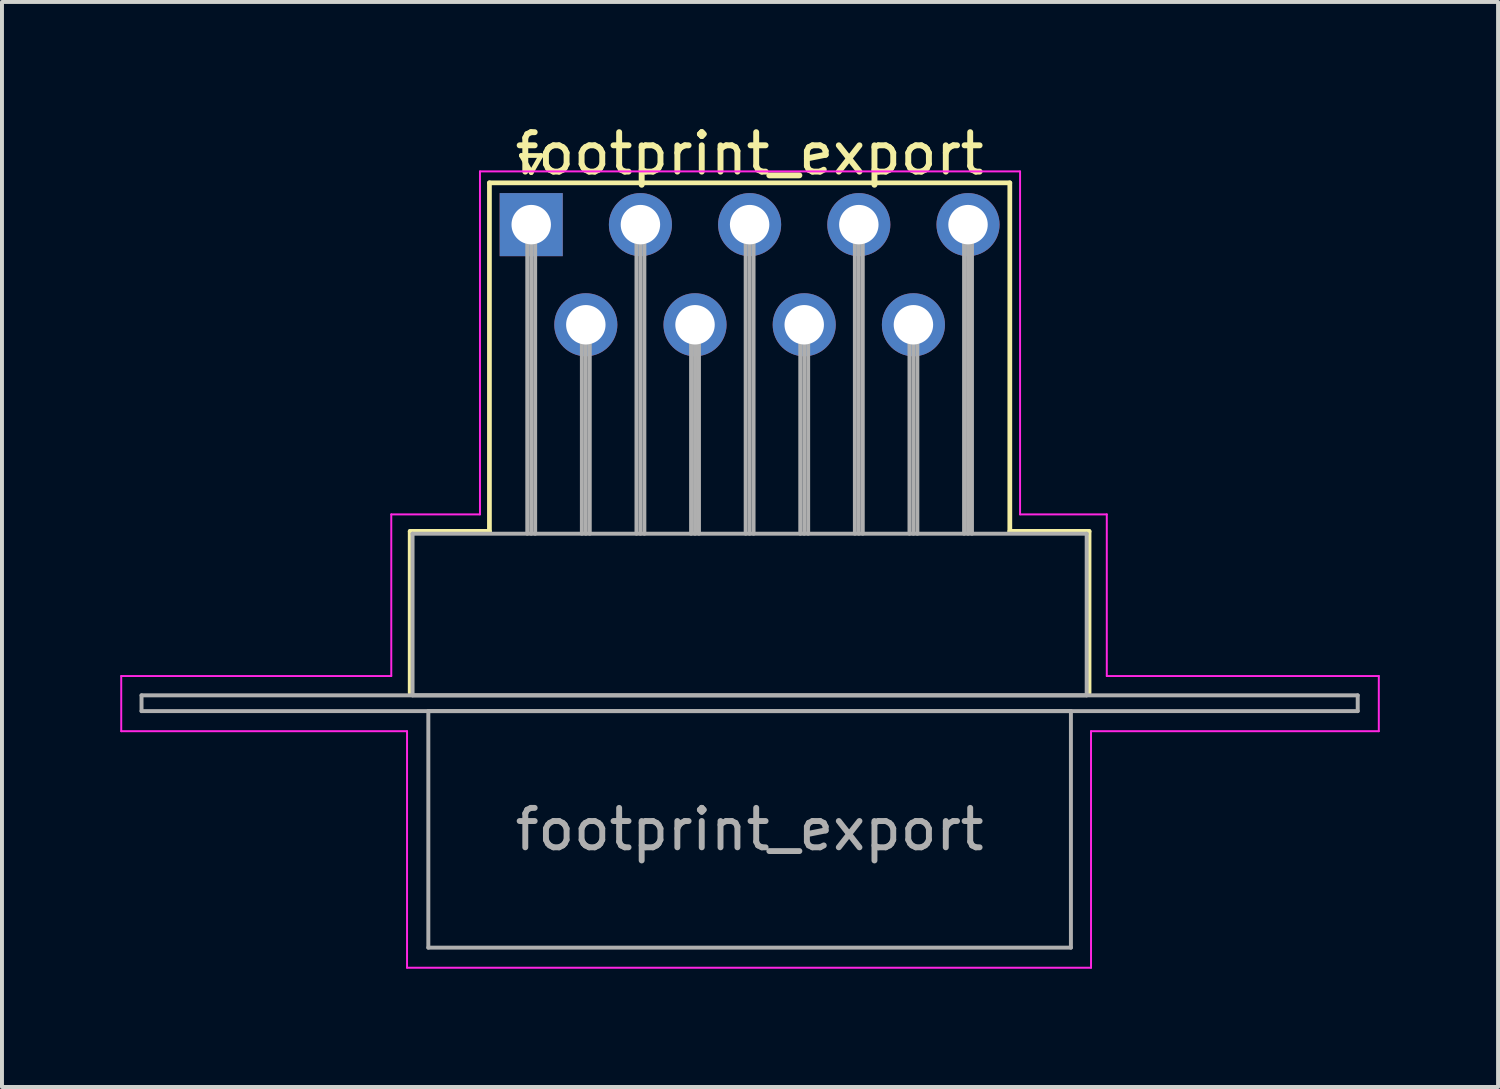
<source format=kicad_pcb>
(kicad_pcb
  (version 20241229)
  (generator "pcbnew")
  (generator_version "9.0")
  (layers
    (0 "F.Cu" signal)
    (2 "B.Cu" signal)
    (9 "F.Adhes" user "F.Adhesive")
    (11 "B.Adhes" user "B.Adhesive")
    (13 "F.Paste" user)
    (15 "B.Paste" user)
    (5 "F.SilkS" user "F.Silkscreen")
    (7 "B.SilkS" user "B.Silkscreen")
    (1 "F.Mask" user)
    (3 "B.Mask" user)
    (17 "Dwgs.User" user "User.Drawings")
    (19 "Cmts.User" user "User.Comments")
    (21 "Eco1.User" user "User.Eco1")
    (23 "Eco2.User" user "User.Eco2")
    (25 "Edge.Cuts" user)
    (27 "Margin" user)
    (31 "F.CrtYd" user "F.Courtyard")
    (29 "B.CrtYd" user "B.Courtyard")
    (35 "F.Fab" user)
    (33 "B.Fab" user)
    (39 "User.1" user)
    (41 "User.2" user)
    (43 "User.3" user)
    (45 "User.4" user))
  (footprint "footprint_export"
    (layer "F.Cu")
    (at 10.425 2.648)
    (property "Reference" "footprint_export" (at 5.54 -1.8 0) (layer "F.SilkS") (effects (font (size 1 1) (thickness 0.15))))
    (attr through_hole)
    (fp_line (start -3.07 7.78) (end -1.06 7.78) (stroke (width 0.12) (type solid)) (layer "F.SilkS"))
    (fp_line (start -3.07 11.88) (end -3.07 7.78) (stroke (width 0.12) (type solid)) (layer "F.SilkS"))
    (fp_line (start -1.06 -1.06) (end 12.14 -1.06) (stroke (width 0.12) (type solid)) (layer "F.SilkS"))
    (fp_line (start -1.06 7.78) (end -1.06 -1.06) (stroke (width 0.12) (type solid)) (layer "F.SilkS"))
    (fp_line (start -0.25 -1.754) (end 0.25 -1.754) (stroke (width 0.12) (type solid)) (layer "F.SilkS"))
    (fp_line (start 0 -1.321) (end -0.25 -1.754) (stroke (width 0.12) (type solid)) (layer "F.SilkS"))
    (fp_line (start 0.25 -1.754) (end 0 -1.321) (stroke (width 0.12) (type solid)) (layer "F.SilkS"))
    (fp_line (start 12.14 -1.06) (end 12.14 7.78) (stroke (width 0.12) (type solid)) (layer "F.SilkS"))
    (fp_line (start 12.14 7.78) (end 14.15 7.78) (stroke (width 0.12) (type solid)) (layer "F.SilkS"))
    (fp_line (start 14.15 7.78) (end 14.15 11.88) (stroke (width 0.12) (type solid)) (layer "F.SilkS"))
    (fp_line (start -10.4 11.45) (end -3.55 11.45) (stroke (width 0.05) (type solid)) (layer "F.CrtYd"))
    (fp_line (start -10.4 12.85) (end -10.4 11.45) (stroke (width 0.05) (type solid)) (layer "F.CrtYd"))
    (fp_line (start -3.55 7.35) (end -1.3 7.35) (stroke (width 0.05) (type solid)) (layer "F.CrtYd"))
    (fp_line (start -3.55 11.45) (end -3.55 7.35) (stroke (width 0.05) (type solid)) (layer "F.CrtYd"))
    (fp_line (start -3.15 12.85) (end -10.4 12.85) (stroke (width 0.05) (type solid)) (layer "F.CrtYd"))
    (fp_line (start -3.15 18.85) (end -3.15 12.85) (stroke (width 0.05) (type solid)) (layer "F.CrtYd"))
    (fp_line (start -1.3 -1.35) (end 12.4 -1.35) (stroke (width 0.05) (type solid)) (layer "F.CrtYd"))
    (fp_line (start -1.3 7.35) (end -1.3 -1.35) (stroke (width 0.05) (type solid)) (layer "F.CrtYd"))
    (fp_line (start 12.4 -1.35) (end 12.4 7.35) (stroke (width 0.05) (type solid)) (layer "F.CrtYd"))
    (fp_line (start 12.4 7.35) (end 14.6 7.35) (stroke (width 0.05) (type solid)) (layer "F.CrtYd"))
    (fp_line (start 14.2 12.85) (end 14.2 18.85) (stroke (width 0.05) (type solid)) (layer "F.CrtYd"))
    (fp_line (start 14.2 18.85) (end -3.15 18.85) (stroke (width 0.05) (type solid)) (layer "F.CrtYd"))
    (fp_line (start 14.6 7.35) (end 14.6 11.45) (stroke (width 0.05) (type solid)) (layer "F.CrtYd"))
    (fp_line (start 14.6 11.45) (end 21.5 11.45) (stroke (width 0.05) (type solid)) (layer "F.CrtYd"))
    (fp_line (start 21.5 11.45) (end 21.5 12.85) (stroke (width 0.05) (type solid)) (layer "F.CrtYd"))
    (fp_line (start 21.5 12.85) (end 14.2 12.85) (stroke (width 0.05) (type solid)) (layer "F.CrtYd"))
    (fp_line (start -9.885 11.94) (end -9.885 12.34) (stroke (width 0.1) (type solid)) (layer "F.Fab"))
    (fp_line (start -9.885 12.34) (end 20.965 12.34) (stroke (width 0.1) (type solid)) (layer "F.Fab"))
    (fp_line (start -3.01 7.84) (end -3.01 11.94) (stroke (width 0.1) (type solid)) (layer "F.Fab"))
    (fp_line (start -3.01 11.94) (end 14.09 11.94) (stroke (width 0.1) (type solid)) (layer "F.Fab"))
    (fp_line (start -2.61 12.34) (end -2.61 18.34) (stroke (width 0.1) (type solid)) (layer "F.Fab"))
    (fp_line (start -2.61 18.34) (end 13.69 18.34) (stroke (width 0.1) (type solid)) (layer "F.Fab"))
    (fp_line (start -0.1 0) (end -0.1 7.84) (stroke (width 0.1) (type solid)) (layer "F.Fab"))
    (fp_line (start 0 0) (end 0 7.84) (stroke (width 0.1) (type solid)) (layer "F.Fab"))
    (fp_line (start 0.1 0) (end 0.1 7.84) (stroke (width 0.1) (type solid)) (layer "F.Fab"))
    (fp_line (start 1.285 2.54) (end 1.285 7.84) (stroke (width 0.1) (type solid)) (layer "F.Fab"))
    (fp_line (start 1.385 2.54) (end 1.385 7.84) (stroke (width 0.1) (type solid)) (layer "F.Fab"))
    (fp_line (start 1.485 2.54) (end 1.485 7.84) (stroke (width 0.1) (type solid)) (layer "F.Fab"))
    (fp_line (start 2.67 0) (end 2.67 7.84) (stroke (width 0.1) (type solid)) (layer "F.Fab"))
    (fp_line (start 2.77 0) (end 2.77 7.84) (stroke (width 0.1) (type solid)) (layer "F.Fab"))
    (fp_line (start 2.87 0) (end 2.87 7.84) (stroke (width 0.1) (type solid)) (layer "F.Fab"))
    (fp_line (start 4.055 2.54) (end 4.055 7.84) (stroke (width 0.1) (type solid)) (layer "F.Fab"))
    (fp_line (start 4.155 2.54) (end 4.155 7.84) (stroke (width 0.1) (type solid)) (layer "F.Fab"))
    (fp_line (start 4.255 2.54) (end 4.255 7.84) (stroke (width 0.1) (type solid)) (layer "F.Fab"))
    (fp_line (start 5.44 0) (end 5.44 7.84) (stroke (width 0.1) (type solid)) (layer "F.Fab"))
    (fp_line (start 5.54 0) (end 5.54 7.84) (stroke (width 0.1) (type solid)) (layer "F.Fab"))
    (fp_line (start 5.64 0) (end 5.64 7.84) (stroke (width 0.1) (type solid)) (layer "F.Fab"))
    (fp_line (start 6.825 2.54) (end 6.825 7.84) (stroke (width 0.1) (type solid)) (layer "F.Fab"))
    (fp_line (start 6.925 2.54) (end 6.925 7.84) (stroke (width 0.1) (type solid)) (layer "F.Fab"))
    (fp_line (start 7.025 2.54) (end 7.025 7.84) (stroke (width 0.1) (type solid)) (layer "F.Fab"))
    (fp_line (start 8.21 0) (end 8.21 7.84) (stroke (width 0.1) (type solid)) (layer "F.Fab"))
    (fp_line (start 8.31 0) (end 8.31 7.84) (stroke (width 0.1) (type solid)) (layer "F.Fab"))
    (fp_line (start 8.41 0) (end 8.41 7.84) (stroke (width 0.1) (type solid)) (layer "F.Fab"))
    (fp_line (start 9.595 2.54) (end 9.595 7.84) (stroke (width 0.1) (type solid)) (layer "F.Fab"))
    (fp_line (start 9.695 2.54) (end 9.695 7.84) (stroke (width 0.1) (type solid)) (layer "F.Fab"))
    (fp_line (start 9.795 2.54) (end 9.795 7.84) (stroke (width 0.1) (type solid)) (layer "F.Fab"))
    (fp_line (start 10.98 0) (end 10.98 7.84) (stroke (width 0.1) (type solid)) (layer "F.Fab"))
    (fp_line (start 11.08 0) (end 11.08 7.84) (stroke (width 0.1) (type solid)) (layer "F.Fab"))
    (fp_line (start 11.18 0) (end 11.18 7.84) (stroke (width 0.1) (type solid)) (layer "F.Fab"))
    (fp_line (start 13.69 12.34) (end -2.61 12.34) (stroke (width 0.1) (type solid)) (layer "F.Fab"))
    (fp_line (start 13.69 18.34) (end 13.69 12.34) (stroke (width 0.1) (type solid)) (layer "F.Fab"))
    (fp_line (start 14.09 7.84) (end -3.01 7.84) (stroke (width 0.1) (type solid)) (layer "F.Fab"))
    (fp_line (start 14.09 11.94) (end 14.09 7.84) (stroke (width 0.1) (type solid)) (layer "F.Fab"))
    (fp_line (start 20.965 11.94) (end -9.885 11.94) (stroke (width 0.1) (type solid)) (layer "F.Fab"))
    (fp_line (start 20.965 12.34) (end 20.965 11.94) (stroke (width 0.1) (type solid)) (layer "F.Fab"))
    (fp_text user "${REFERENCE}" (at 5.54 15.34 0) (layer "F.Fab") (effects (font (size 1 1) (thickness 0.15))))
    (pad "1" thru_hole rect (at 0 0) (size 1.6 1.6) (drill 1) (layers "*.Cu" "*.Mask"))
    (pad "2" thru_hole circle (at 2.77 0) (size 1.6 1.6) (drill 1) (layers "*.Cu" "*.Mask"))
    (pad "3" thru_hole circle (at 5.54 0) (size 1.6 1.6) (drill 1) (layers "*.Cu" "*.Mask"))
    (pad "4" thru_hole circle (at 8.31 0) (size 1.6 1.6) (drill 1) (layers "*.Cu" "*.Mask"))
    (pad "5" thru_hole circle (at 11.08 0) (size 1.6 1.6) (drill 1) (layers "*.Cu" "*.Mask"))
    (pad "6" thru_hole circle (at 1.385 2.54) (size 1.6 1.6) (drill 1) (layers "*.Cu" "*.Mask"))
    (pad "7" thru_hole circle (at 4.155 2.54) (size 1.6 1.6) (drill 1) (layers "*.Cu" "*.Mask"))
    (pad "8" thru_hole circle (at 6.925 2.54) (size 1.6 1.6) (drill 1) (layers "*.Cu" "*.Mask"))
    (pad "9" thru_hole circle (at 9.695 2.54) (size 1.6 1.6) (drill 1) (layers "*.Cu" "*.Mask")))
  (gr_rect
    (start -3 -3)
    (end 34.95 24.523)
    (stroke (width 0.1) (type default))
    (fill no)
    (layer "Edge.Cuts")))
</source>
